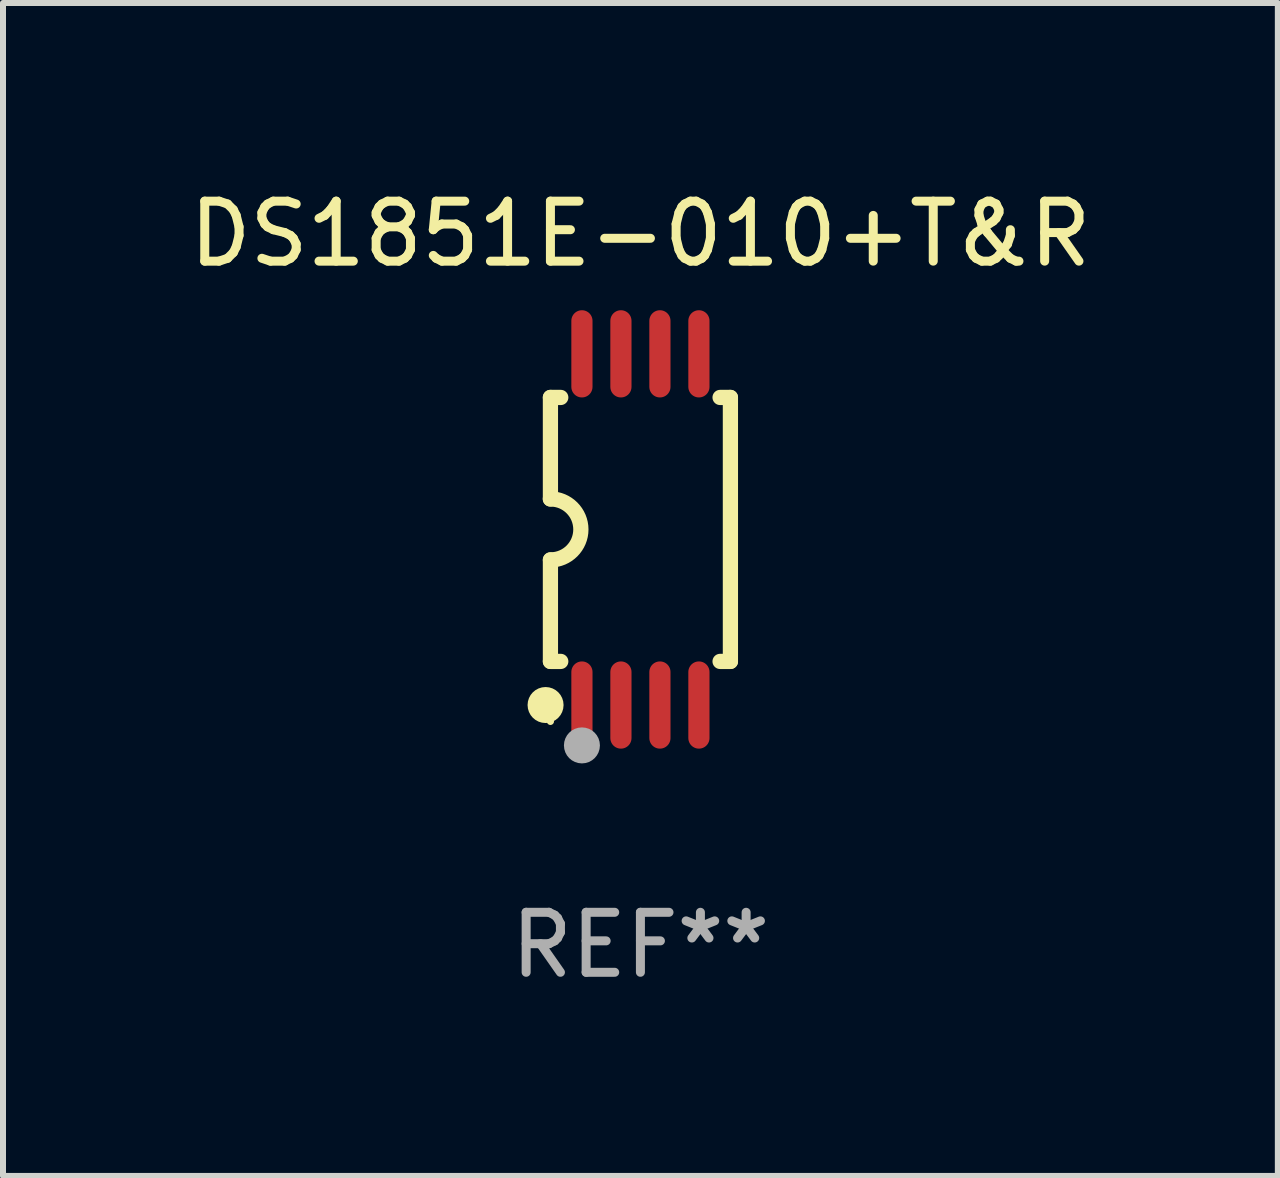
<source format=kicad_pcb>
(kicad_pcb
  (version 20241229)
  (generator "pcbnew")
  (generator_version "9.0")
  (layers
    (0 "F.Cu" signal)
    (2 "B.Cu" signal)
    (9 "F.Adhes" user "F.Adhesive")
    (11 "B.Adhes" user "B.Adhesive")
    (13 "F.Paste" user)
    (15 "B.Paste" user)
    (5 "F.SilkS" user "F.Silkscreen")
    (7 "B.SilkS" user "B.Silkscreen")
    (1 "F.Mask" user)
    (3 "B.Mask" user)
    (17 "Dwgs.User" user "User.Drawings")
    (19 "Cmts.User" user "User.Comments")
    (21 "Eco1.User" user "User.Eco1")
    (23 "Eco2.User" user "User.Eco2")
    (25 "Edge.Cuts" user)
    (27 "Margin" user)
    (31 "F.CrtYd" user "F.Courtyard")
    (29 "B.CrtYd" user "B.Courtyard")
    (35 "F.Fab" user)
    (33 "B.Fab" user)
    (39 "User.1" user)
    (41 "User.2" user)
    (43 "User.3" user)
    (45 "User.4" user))
  (footprint "DS1851E-010+T&R"
    (layer "F.Cu")
    (at 7.625 5.775)
    (property "Reference" "DS1851E-010+T&R" (at 0 -4.927 0) (layer "F.SilkS") (effects (font (size 1 1) (thickness 0.15))))
    (attr through_hole)
    (fp_line (start -1.5 -2.2) (end -1.5 -0.508) (stroke (width 0.254) (type solid)) (layer "F.SilkS"))
    (fp_line (start -1.5 -2.2) (end -1.328 -2.2) (stroke (width 0.254) (type solid)) (layer "F.SilkS"))
    (fp_line (start -1.5 2.2) (end -1.5 0.508) (stroke (width 0.254) (type solid)) (layer "F.SilkS"))
    (fp_line (start -1.5 2.2) (end -1.328 2.2) (stroke (width 0.254) (type solid)) (layer "F.SilkS"))
    (fp_line (start 1.328 -2.2) (end 1.5 -2.2) (stroke (width 0.254) (type solid)) (layer "F.SilkS"))
    (fp_line (start 1.328 2.2) (end 1.5 2.2) (stroke (width 0.254) (type solid)) (layer "F.SilkS"))
    (fp_line (start 1.5 -2.2) (end 1.5 2.2) (stroke (width 0.254) (type solid)) (layer "F.SilkS"))
    (fp_arc (start -1.501144 -0.508) (mid -0.993143 -0.000571) (end -1.5 0.508001) (stroke (width 0.254001) (type solid)) (layer "F.SilkS"))
    (fp_circle (center -1.581 2.927) (end -1.431 2.927) (stroke (width 0.3) (type solid)) (fill no) (layer "F.SilkS"))
    (fp_circle (center -1.5 3.2) (end -1.47 3.2) (stroke (width 0.06) (type solid)) (fill no) (layer "F.SilkS"))
    (fp_circle (center -0.975 3.6) (end -0.825 3.6) (stroke (width 0.3) (type solid)) (fill no) (layer "F.Fab"))
    (fp_text user "REF**" (at 0 6.927 0) (layer "F.Fab") (effects (font (size 1 1) (thickness 0.15))))
    (pad "1" smd oval (at -0.975 2.927) (size 0.353 1.454) (layers "F.Cu" "F.Mask" "F.Paste"))
    (pad "2" smd oval (at -0.325 2.927) (size 0.353 1.454) (layers "F.Cu" "F.Mask" "F.Paste"))
    (pad "3" smd oval (at 0.325 2.927) (size 0.353 1.454) (layers "F.Cu" "F.Mask" "F.Paste"))
    (pad "4" smd oval (at 0.975 2.927) (size 0.353 1.454) (layers "F.Cu" "F.Mask" "F.Paste"))
    (pad "5" smd oval (at 0.975 -2.927) (size 0.353 1.454) (layers "F.Cu" "F.Mask" "F.Paste"))
    (pad "6" smd oval (at 0.325 -2.927) (size 0.353 1.454) (layers "F.Cu" "F.Mask" "F.Paste"))
    (pad "7" smd oval (at -0.325 -2.927) (size 0.353 1.454) (layers "F.Cu" "F.Mask" "F.Paste"))
    (pad "8" smd oval (at -0.975 -2.927) (size 0.353 1.454) (layers "F.Cu" "F.Mask" "F.Paste")))
  (gr_rect
    (start -3 -3)
    (end 18.25 16.551)
    (stroke (width 0.1) (type default))
    (fill no)
    (layer "Edge.Cuts")))
</source>
